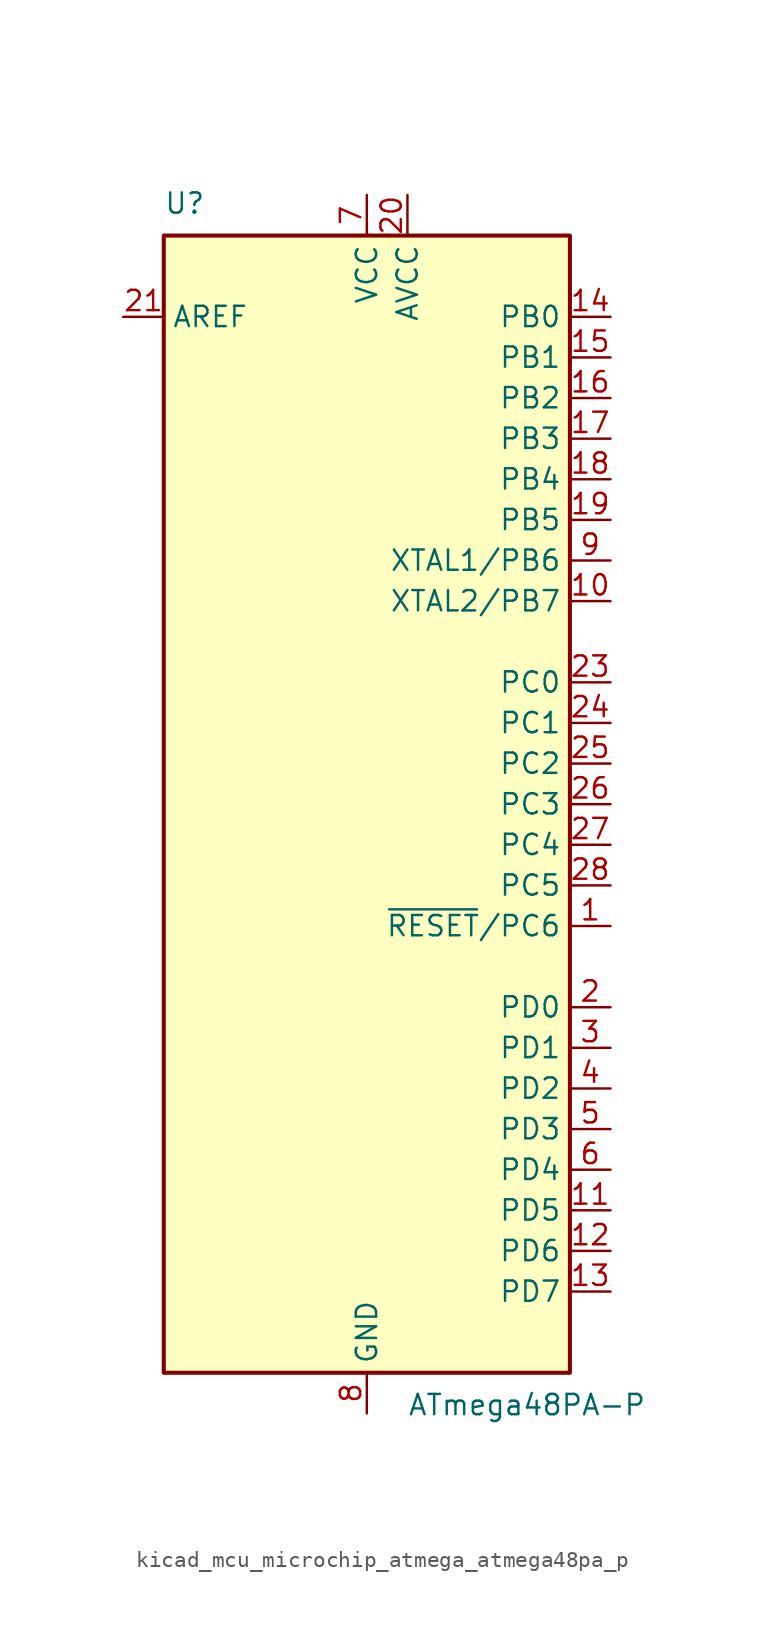
<source format=kicad_sym>
(kicad_symbol_lib
  (version 20220914)
  (generator kicad_symbol_editor)
  (symbol "kicad_mcu_microchip_atmega_atmega48pa_p"
    (property "Reference" "U"
      (at -12.7 36.83 0)
      (effects (font (size 1.27 1.27)) (justify left bottom)))
    (property "Value" "ATmega48PA-P"
      (at 2.54 -36.83 0)
      (effects (font (size 1.27 1.27)) (justify left top)))
    (symbol "kicad_mcu_microchip_atmega_atmega48pa_p_0_1"
      (rectangle (start -12.7 -35.56) (end 12.7 35.56) (stroke (width 0.254) (type default)) (fill (type background))))
    (symbol "kicad_mcu_microchip_atmega_atmega48pa_p_1_1"
      (pin bidirectional line (at 15.24 -7.62 180) (length 2.54) (name "~{RESET}/PC6" (effects (font (size 1.27 1.27)))) (number "1" (effects (font (size 1.27 1.27)))))
      (pin bidirectional line (at 15.24 12.7 180) (length 2.54) (name "XTAL2/PB7" (effects (font (size 1.27 1.27)))) (number "10" (effects (font (size 1.27 1.27)))))
      (pin bidirectional line (at 15.24 -25.4 180) (length 2.54) (name "PD5" (effects (font (size 1.27 1.27)))) (number "11" (effects (font (size 1.27 1.27)))))
      (pin bidirectional line (at 15.24 -27.94 180) (length 2.54) (name "PD6" (effects (font (size 1.27 1.27)))) (number "12" (effects (font (size 1.27 1.27)))))
      (pin bidirectional line (at 15.24 -30.48 180) (length 2.54) (name "PD7" (effects (font (size 1.27 1.27)))) (number "13" (effects (font (size 1.27 1.27)))))
      (pin bidirectional line (at 15.24 30.48 180) (length 2.54) (name "PB0" (effects (font (size 1.27 1.27)))) (number "14" (effects (font (size 1.27 1.27)))))
      (pin bidirectional line (at 15.24 27.94 180) (length 2.54) (name "PB1" (effects (font (size 1.27 1.27)))) (number "15" (effects (font (size 1.27 1.27)))))
      (pin bidirectional line (at 15.24 25.4 180) (length 2.54) (name "PB2" (effects (font (size 1.27 1.27)))) (number "16" (effects (font (size 1.27 1.27)))))
      (pin bidirectional line (at 15.24 22.86 180) (length 2.54) (name "PB3" (effects (font (size 1.27 1.27)))) (number "17" (effects (font (size 1.27 1.27)))))
      (pin bidirectional line (at 15.24 20.32 180) (length 2.54) (name "PB4" (effects (font (size 1.27 1.27)))) (number "18" (effects (font (size 1.27 1.27)))))
      (pin bidirectional line (at 15.24 17.78 180) (length 2.54) (name "PB5" (effects (font (size 1.27 1.27)))) (number "19" (effects (font (size 1.27 1.27)))))
      (pin bidirectional line (at 15.24 -12.7 180) (length 2.54) (name "PD0" (effects (font (size 1.27 1.27)))) (number "2" (effects (font (size 1.27 1.27)))))
      (pin power_in line (at 2.54 38.1 270) (length 2.54) (name "AVCC" (effects (font (size 1.27 1.27)))) (number "20" (effects (font (size 1.27 1.27)))))
      (pin passive line (at -15.24 30.48 0) (length 2.54) (name "AREF" (effects (font (size 1.27 1.27)))) (number "21" (effects (font (size 1.27 1.27)))))
      (pin passive line (at 0 -38.1 90) (length 2.54) hide (name "GND" (effects (font (size 1.27 1.27)))) (number "22" (effects (font (size 1.27 1.27)))))
      (pin bidirectional line (at 15.24 7.62 180) (length 2.54) (name "PC0" (effects (font (size 1.27 1.27)))) (number "23" (effects (font (size 1.27 1.27)))))
      (pin bidirectional line (at 15.24 5.08 180) (length 2.54) (name "PC1" (effects (font (size 1.27 1.27)))) (number "24" (effects (font (size 1.27 1.27)))))
      (pin bidirectional line (at 15.24 2.54 180) (length 2.54) (name "PC2" (effects (font (size 1.27 1.27)))) (number "25" (effects (font (size 1.27 1.27)))))
      (pin bidirectional line (at 15.24 0 180) (length 2.54) (name "PC3" (effects (font (size 1.27 1.27)))) (number "26" (effects (font (size 1.27 1.27)))))
      (pin bidirectional line (at 15.24 -2.54 180) (length 2.54) (name "PC4" (effects (font (size 1.27 1.27)))) (number "27" (effects (font (size 1.27 1.27)))))
      (pin bidirectional line (at 15.24 -5.08 180) (length 2.54) (name "PC5" (effects (font (size 1.27 1.27)))) (number "28" (effects (font (size 1.27 1.27)))))
      (pin bidirectional line (at 15.24 -15.24 180) (length 2.54) (name "PD1" (effects (font (size 1.27 1.27)))) (number "3" (effects (font (size 1.27 1.27)))))
      (pin bidirectional line (at 15.24 -17.78 180) (length 2.54) (name "PD2" (effects (font (size 1.27 1.27)))) (number "4" (effects (font (size 1.27 1.27)))))
      (pin bidirectional line (at 15.24 -20.32 180) (length 2.54) (name "PD3" (effects (font (size 1.27 1.27)))) (number "5" (effects (font (size 1.27 1.27)))))
      (pin bidirectional line (at 15.24 -22.86 180) (length 2.54) (name "PD4" (effects (font (size 1.27 1.27)))) (number "6" (effects (font (size 1.27 1.27)))))
      (pin power_in line (at 0 38.1 270) (length 2.54) (name "VCC" (effects (font (size 1.27 1.27)))) (number "7" (effects (font (size 1.27 1.27)))))
      (pin power_in line (at 0 -38.1 90) (length 2.54) (name "GND" (effects (font (size 1.27 1.27)))) (number "8" (effects (font (size 1.27 1.27)))))
      (pin bidirectional line (at 15.24 15.24 180) (length 2.54) (name "XTAL1/PB6" (effects (font (size 1.27 1.27)))) (number "9" (effects (font (size 1.27 1.27))))))))
</source>
